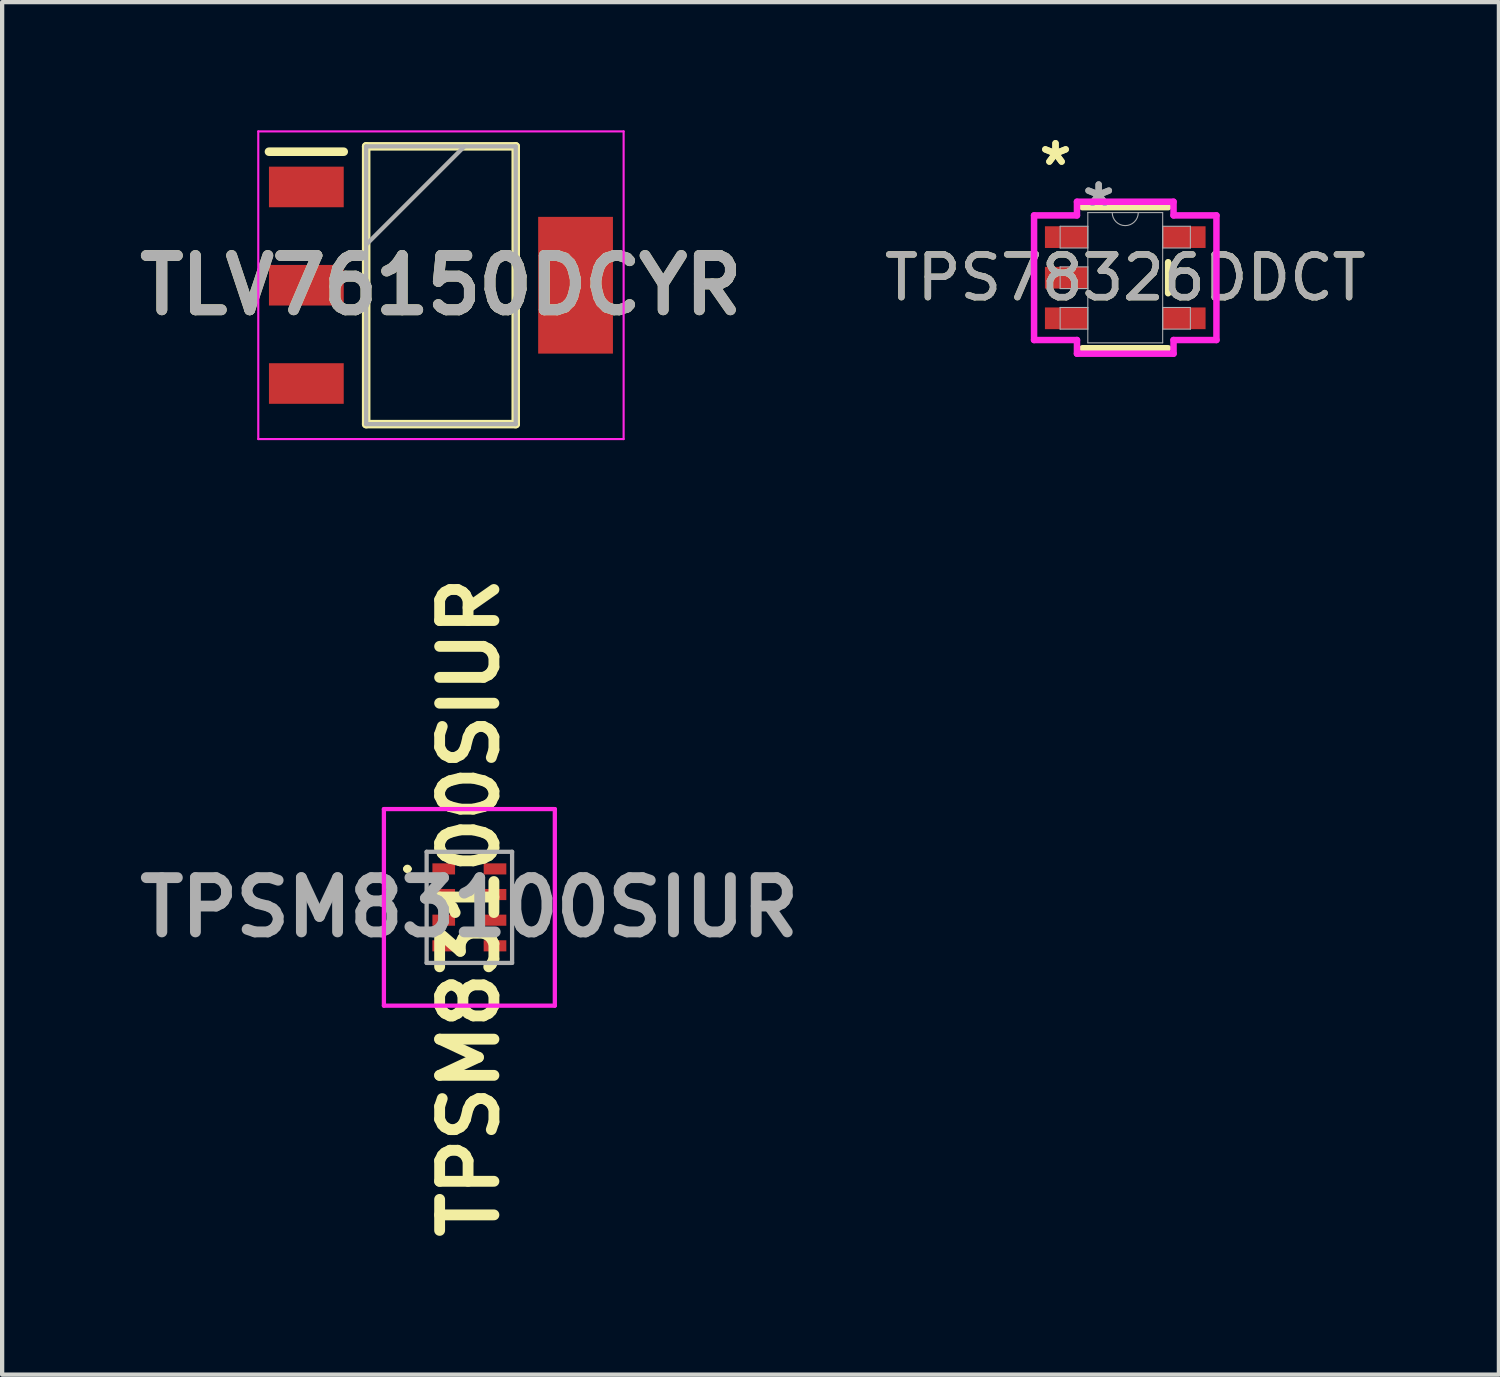
<source format=kicad_pcb>
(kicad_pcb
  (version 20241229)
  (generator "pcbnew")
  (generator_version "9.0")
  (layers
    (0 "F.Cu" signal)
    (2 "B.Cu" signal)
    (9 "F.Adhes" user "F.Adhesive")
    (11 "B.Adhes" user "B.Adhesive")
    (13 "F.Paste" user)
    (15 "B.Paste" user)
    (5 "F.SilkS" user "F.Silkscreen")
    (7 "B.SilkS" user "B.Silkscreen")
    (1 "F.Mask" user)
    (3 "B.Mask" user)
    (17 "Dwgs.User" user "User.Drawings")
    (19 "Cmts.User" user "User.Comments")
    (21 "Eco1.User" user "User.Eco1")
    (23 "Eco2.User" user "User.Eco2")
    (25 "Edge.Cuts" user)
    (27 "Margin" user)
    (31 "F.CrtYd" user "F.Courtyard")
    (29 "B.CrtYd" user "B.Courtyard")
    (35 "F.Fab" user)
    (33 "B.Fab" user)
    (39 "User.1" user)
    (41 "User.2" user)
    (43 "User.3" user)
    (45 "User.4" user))
  (footprint "TLV76150DCYR"
    (layer "F.Cu")
    (at 7.269 3.625)
    (property "Reference" "TLV76150DCYR" (at 0 0 0) (layer "F.SilkS") (effects (font (size 1.27 1.27) (thickness 0.254))))
    (attr smd)
    (fp_line (start -4.025 -3.125) (end -2.275 -3.125) (stroke (width 0.2) (type solid)) (layer "F.SilkS"))
    (fp_line (start -1.75 -3.25) (end 1.75 -3.25) (stroke (width 0.2) (type solid)) (layer "F.SilkS"))
    (fp_line (start -1.75 3.25) (end -1.75 -3.25) (stroke (width 0.2) (type solid)) (layer "F.SilkS"))
    (fp_line (start 1.75 -3.25) (end 1.75 3.25) (stroke (width 0.2) (type solid)) (layer "F.SilkS"))
    (fp_line (start 1.75 3.25) (end -1.75 3.25) (stroke (width 0.2) (type solid)) (layer "F.SilkS"))
    (fp_line (start -4.275 -3.6) (end 4.275 -3.6) (stroke (width 0.05) (type solid)) (layer "F.CrtYd"))
    (fp_line (start -4.275 3.6) (end -4.275 -3.6) (stroke (width 0.05) (type solid)) (layer "F.CrtYd"))
    (fp_line (start 4.275 -3.6) (end 4.275 3.6) (stroke (width 0.05) (type solid)) (layer "F.CrtYd"))
    (fp_line (start 4.275 3.6) (end -4.275 3.6) (stroke (width 0.05) (type solid)) (layer "F.CrtYd"))
    (fp_line (start -1.75 -3.25) (end 1.75 -3.25) (stroke (width 0.1) (type solid)) (layer "F.Fab"))
    (fp_line (start -1.75 -0.95) (end 0.55 -3.25) (stroke (width 0.1) (type solid)) (layer "F.Fab"))
    (fp_line (start -1.75 3.25) (end -1.75 -3.25) (stroke (width 0.1) (type solid)) (layer "F.Fab"))
    (fp_line (start 1.75 -3.25) (end 1.75 3.25) (stroke (width 0.1) (type solid)) (layer "F.Fab"))
    (fp_line (start 1.75 3.25) (end -1.75 3.25) (stroke (width 0.1) (type solid)) (layer "F.Fab"))
    (fp_text user "${REFERENCE}" (at 0 0 0) (layer "F.Fab") (effects (font (size 1.27 1.27) (thickness 0.254))))
    (pad "1" smd rect (at -3.15 -2.3 90) (size 0.95 1.75) (layers "F.Cu" "F.Mask" "F.Paste"))
    (pad "2" smd rect (at -3.15 0 90) (size 0.95 1.75) (layers "F.Cu" "F.Mask" "F.Paste"))
    (pad "3" smd rect (at -3.15 2.3 90) (size 0.95 1.75) (layers "F.Cu" "F.Mask" "F.Paste"))
    (pad "4" smd rect (at 3.15 0) (size 1.75 3.2) (layers "F.Cu" "F.Mask" "F.Paste")))
  (footprint "TPSM83100SIUR"
    (layer "F.Cu")
    (at 7.934 18.184)
    (property "Reference" "TPSM83100SIUR" (at 0 0 90) (layer "F.SilkS") (effects (font (size 1.27 1.27) (thickness 0.254))))
    (attr smd)
    (fp_line (start -1.5 -0.9) (end -1.5 -0.9) (stroke (width 0.1) (type solid)) (layer "F.SilkS"))
    (fp_line (start -1.4 -0.9) (end -1.4 -0.9) (stroke (width 0.1) (type solid)) (layer "F.SilkS"))
    (fp_arc (start -1.5 -0.9) (mid -1.45 -0.95) (end -1.4 -0.9) (stroke (width 0.1) (type solid)) (layer "F.SilkS"))
    (fp_arc (start -1.4 -0.9) (mid -1.45 -0.85) (end -1.5 -0.9) (stroke (width 0.1) (type solid)) (layer "F.SilkS"))
    (fp_line (start -2 -2.3) (end 2 -2.3) (stroke (width 0.1) (type solid)) (layer "F.CrtYd"))
    (fp_line (start -2 2.3) (end -2 -2.3) (stroke (width 0.1) (type solid)) (layer "F.CrtYd"))
    (fp_line (start 2 -2.3) (end 2 2.3) (stroke (width 0.1) (type solid)) (layer "F.CrtYd"))
    (fp_line (start 2 2.3) (end -2 2.3) (stroke (width 0.1) (type solid)) (layer "F.CrtYd"))
    (fp_line (start -1 -1.3) (end -1 1.3) (stroke (width 0.1) (type solid)) (layer "F.Fab"))
    (fp_line (start -1 1.3) (end 1 1.3) (stroke (width 0.1) (type solid)) (layer "F.Fab"))
    (fp_line (start 1 -1.3) (end -1 -1.3) (stroke (width 0.1) (type solid)) (layer "F.Fab"))
    (fp_line (start 1 1.3) (end 1 -1.3) (stroke (width 0.1) (type solid)) (layer "F.Fab"))
    (fp_text user "${REFERENCE}" (at 0 0 0) (layer "F.Fab") (effects (font (size 1.27 1.27) (thickness 0.254))))
    (pad "1" smd rect (at -0.6 -0.9 90) (size 0.26 0.53) (layers "F.Cu" "F.Mask" "F.Paste"))
    (pad "2" smd rect (at -0.6 -0.3 90) (size 0.26 0.53) (layers "F.Cu" "F.Mask" "F.Paste"))
    (pad "3" smd rect (at -0.6 0.3 90) (size 0.26 0.53) (layers "F.Cu" "F.Mask" "F.Paste"))
    (pad "4" smd rect (at -0.6 0.9 90) (size 0.26 0.53) (layers "F.Cu" "F.Mask" "F.Paste"))
    (pad "5" smd rect (at 0.6 0.9 90) (size 0.26 0.53) (layers "F.Cu" "F.Mask" "F.Paste"))
    (pad "6" smd rect (at 0.6 0.3 90) (size 0.26 0.53) (layers "F.Cu" "F.Mask" "F.Paste"))
    (pad "7" smd rect (at 0.6 -0.3 90) (size 0.26 0.53) (layers "F.Cu" "F.Mask" "F.Paste"))
    (pad "8" smd rect (at 0.6 -0.9 90) (size 0.26 0.53) (layers "F.Cu" "F.Mask" "F.Paste")))
  (footprint "TPS78326DDCT"
    (layer "F.Cu")
    (at 23.283 3.449)
    (property "Reference" "TPS78326DDCT" (at 0 0 0) (unlocked yes) (layer "F.SilkS") (effects (font (size 1 1) (thickness 0.15))))
    (attr smd)
    (fp_line (start -1.003 1.651) (end 1.003 1.651) (stroke (width 0.152) (type solid)) (layer "F.SilkS"))
    (fp_line (start 1.003 -1.651) (end -1.003 -1.651) (stroke (width 0.152) (type solid)) (layer "F.SilkS"))
    (fp_line (start 1.003 0.363) (end 1.003 -0.363) (stroke (width 0.152) (type solid)) (layer "F.SilkS"))
    (fp_line (start -2.134 -1.458) (end -1.13 -1.458) (stroke (width 0.152) (type solid)) (layer "F.CrtYd"))
    (fp_line (start -2.134 1.458) (end -2.134 -1.458) (stroke (width 0.152) (type solid)) (layer "F.CrtYd"))
    (fp_line (start -1.13 -1.778) (end 1.13 -1.778) (stroke (width 0.152) (type solid)) (layer "F.CrtYd"))
    (fp_line (start -1.13 -1.458) (end -1.13 -1.778) (stroke (width 0.152) (type solid)) (layer "F.CrtYd"))
    (fp_line (start -1.13 1.458) (end -2.134 1.458) (stroke (width 0.152) (type solid)) (layer "F.CrtYd"))
    (fp_line (start -1.13 1.778) (end -1.13 1.458) (stroke (width 0.152) (type solid)) (layer "F.CrtYd"))
    (fp_line (start 1.13 -1.778) (end 1.13 -1.458) (stroke (width 0.152) (type solid)) (layer "F.CrtYd"))
    (fp_line (start 1.13 -1.458) (end 2.134 -1.458) (stroke (width 0.152) (type solid)) (layer "F.CrtYd"))
    (fp_line (start 1.13 1.458) (end 1.13 1.778) (stroke (width 0.152) (type solid)) (layer "F.CrtYd"))
    (fp_line (start 1.13 1.778) (end -1.13 1.778) (stroke (width 0.152) (type solid)) (layer "F.CrtYd"))
    (fp_line (start 2.134 -1.458) (end 2.134 1.458) (stroke (width 0.152) (type solid)) (layer "F.CrtYd"))
    (fp_line (start 2.134 1.458) (end 1.13 1.458) (stroke (width 0.152) (type solid)) (layer "F.CrtYd"))
    (fp_line (start -1.524 -1.204) (end -1.524 -0.696) (stroke (width 0.025) (type solid)) (layer "F.Fab"))
    (fp_line (start -1.524 -0.696) (end -0.876 -0.696) (stroke (width 0.025) (type solid)) (layer "F.Fab"))
    (fp_line (start -1.524 -0.254) (end -1.524 0.254) (stroke (width 0.025) (type solid)) (layer "F.Fab"))
    (fp_line (start -1.524 0.254) (end -0.876 0.254) (stroke (width 0.025) (type solid)) (layer "F.Fab"))
    (fp_line (start -1.524 0.696) (end -1.524 1.204) (stroke (width 0.025) (type solid)) (layer "F.Fab"))
    (fp_line (start -1.524 1.204) (end -0.876 1.204) (stroke (width 0.025) (type solid)) (layer "F.Fab"))
    (fp_line (start -0.876 -1.524) (end -0.876 1.524) (stroke (width 0.025) (type solid)) (layer "F.Fab"))
    (fp_line (start -0.876 -1.204) (end -1.524 -1.204) (stroke (width 0.025) (type solid)) (layer "F.Fab"))
    (fp_line (start -0.876 -0.696) (end -0.876 -1.204) (stroke (width 0.025) (type solid)) (layer "F.Fab"))
    (fp_line (start -0.876 -0.254) (end -1.524 -0.254) (stroke (width 0.025) (type solid)) (layer "F.Fab"))
    (fp_line (start -0.876 0.254) (end -0.876 -0.254) (stroke (width 0.025) (type solid)) (layer "F.Fab"))
    (fp_line (start -0.876 0.696) (end -1.524 0.696) (stroke (width 0.025) (type solid)) (layer "F.Fab"))
    (fp_line (start -0.876 1.204) (end -0.876 0.696) (stroke (width 0.025) (type solid)) (layer "F.Fab"))
    (fp_line (start -0.876 1.524) (end 0.876 1.524) (stroke (width 0.025) (type solid)) (layer "F.Fab"))
    (fp_line (start 0.876 -1.524) (end -0.876 -1.524) (stroke (width 0.025) (type solid)) (layer "F.Fab"))
    (fp_line (start 0.876 -1.204) (end 0.876 -0.696) (stroke (width 0.025) (type solid)) (layer "F.Fab"))
    (fp_line (start 0.876 -0.696) (end 1.524 -0.696) (stroke (width 0.025) (type solid)) (layer "F.Fab"))
    (fp_line (start 0.876 0.696) (end 0.876 1.204) (stroke (width 0.025) (type solid)) (layer "F.Fab"))
    (fp_line (start 0.876 1.204) (end 1.524 1.204) (stroke (width 0.025) (type solid)) (layer "F.Fab"))
    (fp_line (start 0.876 1.524) (end 0.876 -1.524) (stroke (width 0.025) (type solid)) (layer "F.Fab"))
    (fp_line (start 1.524 -1.204) (end 0.876 -1.204) (stroke (width 0.025) (type solid)) (layer "F.Fab"))
    (fp_line (start 1.524 -0.696) (end 1.524 -1.204) (stroke (width 0.025) (type solid)) (layer "F.Fab"))
    (fp_line (start 1.524 0.696) (end 0.876 0.696) (stroke (width 0.025) (type solid)) (layer "F.Fab"))
    (fp_line (start 1.524 1.204) (end 1.524 0.696) (stroke (width 0.025) (type solid)) (layer "F.Fab"))
    (fp_arc (start 0.3048 -1.524) (mid 0 -1.2192) (end -0.3048 -1.524) (stroke (width 0.0254) (type solid)) (layer "F.Fab"))
    (fp_text user "*" (at -1.632 -2.601 0) (layer "F.SilkS") (effects (font (size 1 1) (thickness 0.15))))
    (fp_text user "*" (at -1.632 -2.601 0) (unlocked yes) (layer "F.SilkS") (effects (font (size 1 1) (thickness 0.15))))
    (fp_text user "*" (at -0.622 -1.636 0) (unlocked yes) (layer "F.Fab") (effects (font (size 1 1) (thickness 0.15))))
    (fp_text user "${REFERENCE}" (at 0 0 0) (unlocked yes) (layer "F.Fab") (effects (font (size 1 1) (thickness 0.15))))
    (fp_text user "*" (at -0.622 -1.636 0) (layer "F.Fab") (effects (font (size 1 1) (thickness 0.15))))
    (pad "1" smd rect (at -1.378 -0.95) (size 1.003 0.508) (layers "F.Cu" "F.Mask" "F.Paste"))
    (pad "2" smd rect (at -1.378 0) (size 1.003 0.508) (layers "F.Cu" "F.Mask" "F.Paste"))
    (pad "3" smd rect (at -1.378 0.95) (size 1.003 0.508) (layers "F.Cu" "F.Mask" "F.Paste"))
    (pad "4" smd rect (at 1.378 0.95) (size 1.003 0.508) (layers "F.Cu" "F.Mask" "F.Paste"))
    (pad "5" smd rect (at 1.378 -0.95) (size 1.003 0.508) (layers "F.Cu" "F.Mask" "F.Paste")))
  (gr_rect
    (start -3 -3)
    (end 32.027 29.119)
    (stroke (width 0.1) (type default))
    (fill no)
    (layer "Edge.Cuts")))
</source>
